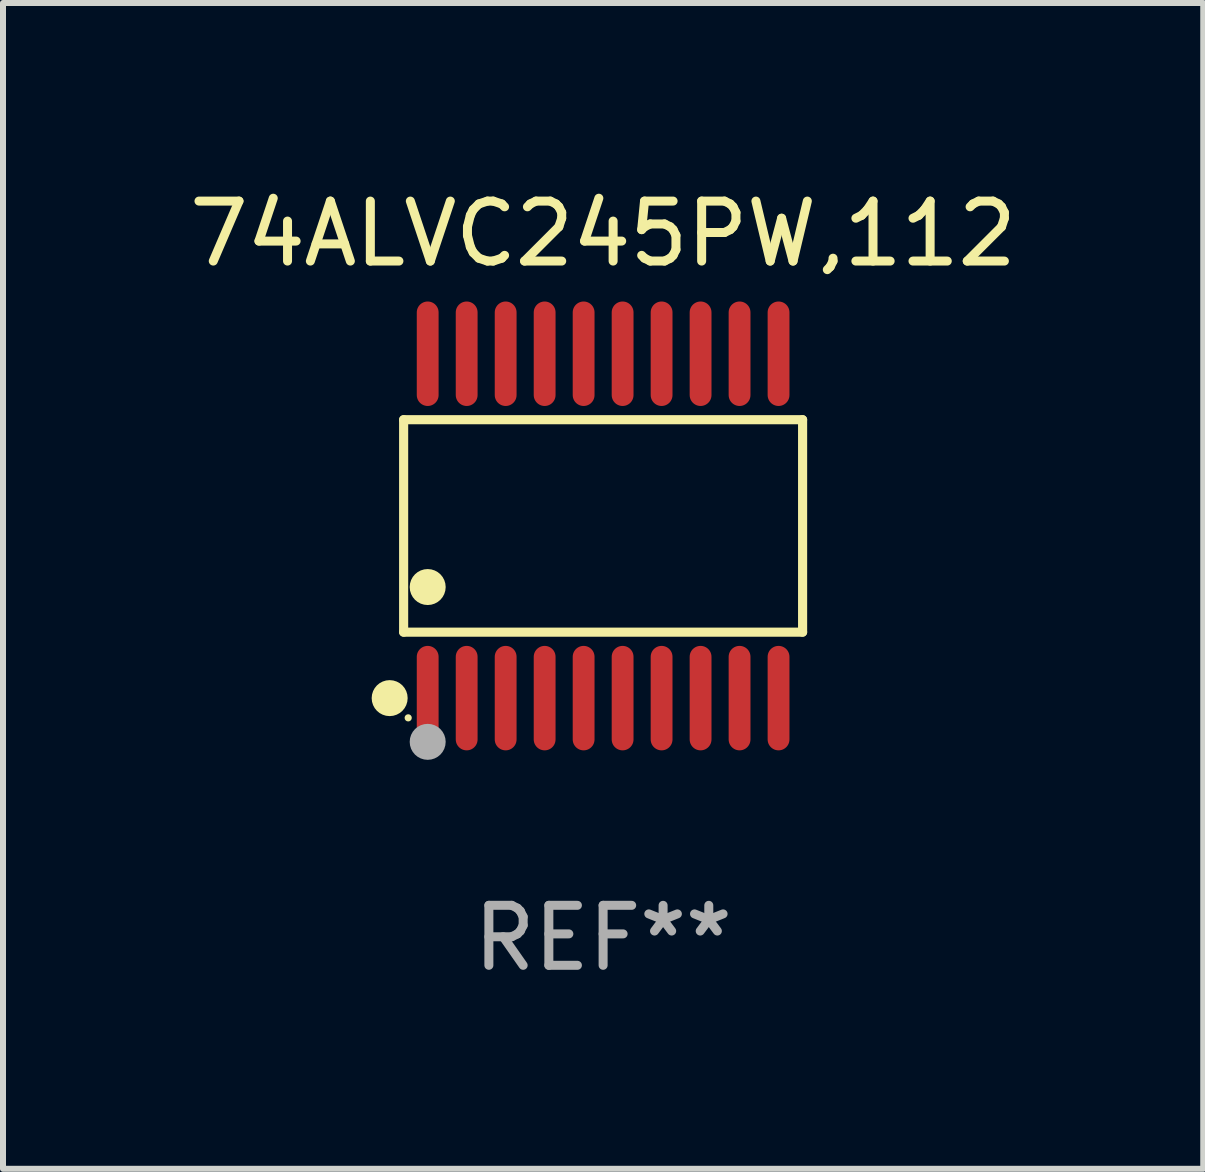
<source format=kicad_pcb>
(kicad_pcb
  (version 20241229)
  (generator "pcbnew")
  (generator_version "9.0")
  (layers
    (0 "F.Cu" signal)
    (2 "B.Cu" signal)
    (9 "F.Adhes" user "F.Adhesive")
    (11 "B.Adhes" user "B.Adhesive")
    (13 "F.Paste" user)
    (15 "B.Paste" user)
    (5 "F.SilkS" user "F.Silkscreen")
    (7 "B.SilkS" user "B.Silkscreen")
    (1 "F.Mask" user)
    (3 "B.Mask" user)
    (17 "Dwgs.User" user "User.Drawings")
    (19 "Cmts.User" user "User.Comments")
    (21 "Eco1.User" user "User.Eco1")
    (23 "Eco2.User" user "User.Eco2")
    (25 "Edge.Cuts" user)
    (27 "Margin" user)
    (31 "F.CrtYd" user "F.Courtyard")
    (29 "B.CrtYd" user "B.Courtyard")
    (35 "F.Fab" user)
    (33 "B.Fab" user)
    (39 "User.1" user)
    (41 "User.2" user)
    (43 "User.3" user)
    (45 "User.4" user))
  (footprint "74ALVC245PW,112"
    (layer "F.Cu")
    (at 7.006 5.719)
    (property "Reference" "74ALVC245PW,112" (at 0 -4.871 0) (layer "F.SilkS") (effects (font (size 1 1) (thickness 0.15))))
    (attr through_hole)
    (fp_line (start -3.326 -1.771) (end 3.326 -1.771) (stroke (width 0.152) (type solid)) (layer "F.SilkS"))
    (fp_line (start -3.326 1.771) (end -3.326 -1.771) (stroke (width 0.152) (type solid)) (layer "F.SilkS"))
    (fp_line (start 3.326 -1.771) (end 3.326 1.771) (stroke (width 0.152) (type solid)) (layer "F.SilkS"))
    (fp_line (start 3.326 1.771) (end -3.326 1.771) (stroke (width 0.152) (type solid)) (layer "F.SilkS"))
    (fp_circle (center -3.559 2.871) (end -3.409 2.871) (stroke (width 0.3) (type solid)) (fill no) (layer "F.SilkS"))
    (fp_circle (center -3.25 3.2) (end -3.22 3.2) (stroke (width 0.06) (type solid)) (fill no) (layer "F.SilkS"))
    (fp_circle (center -2.925 1.019) (end -2.775 1.019) (stroke (width 0.3) (type solid)) (fill no) (layer "F.SilkS"))
    (fp_circle (center -2.925 3.6) (end -2.775 3.6) (stroke (width 0.3) (type solid)) (fill no) (layer "F.Fab"))
    (fp_text user "REF**" (at 0 6.871 0) (layer "F.Fab") (effects (font (size 1 1) (thickness 0.15))))
    (pad "1" smd oval (at -2.925 2.871) (size 0.364 1.742) (layers "F.Cu" "F.Mask" "F.Paste"))
    (pad "2" smd oval (at -2.275 2.871) (size 0.364 1.742) (layers "F.Cu" "F.Mask" "F.Paste"))
    (pad "3" smd oval (at -1.625 2.871) (size 0.364 1.742) (layers "F.Cu" "F.Mask" "F.Paste"))
    (pad "4" smd oval (at -0.975 2.871) (size 0.364 1.742) (layers "F.Cu" "F.Mask" "F.Paste"))
    (pad "5" smd oval (at -0.325 2.871) (size 0.364 1.742) (layers "F.Cu" "F.Mask" "F.Paste"))
    (pad "6" smd oval (at 0.325 2.871) (size 0.364 1.742) (layers "F.Cu" "F.Mask" "F.Paste"))
    (pad "7" smd oval (at 0.975 2.871) (size 0.364 1.742) (layers "F.Cu" "F.Mask" "F.Paste"))
    (pad "8" smd oval (at 1.625 2.871) (size 0.364 1.742) (layers "F.Cu" "F.Mask" "F.Paste"))
    (pad "9" smd oval (at 2.275 2.871) (size 0.364 1.742) (layers "F.Cu" "F.Mask" "F.Paste"))
    (pad "10" smd oval (at 2.925 2.871) (size 0.364 1.742) (layers "F.Cu" "F.Mask" "F.Paste"))
    (pad "11" smd oval (at 2.925 -2.871) (size 0.364 1.742) (layers "F.Cu" "F.Mask" "F.Paste"))
    (pad "12" smd oval (at 2.275 -2.871) (size 0.364 1.742) (layers "F.Cu" "F.Mask" "F.Paste"))
    (pad "13" smd oval (at 1.625 -2.871) (size 0.364 1.742) (layers "F.Cu" "F.Mask" "F.Paste"))
    (pad "14" smd oval (at 0.975 -2.871) (size 0.364 1.742) (layers "F.Cu" "F.Mask" "F.Paste"))
    (pad "15" smd oval (at 0.325 -2.871) (size 0.364 1.742) (layers "F.Cu" "F.Mask" "F.Paste"))
    (pad "16" smd oval (at -0.325 -2.871) (size 0.364 1.742) (layers "F.Cu" "F.Mask" "F.Paste"))
    (pad "17" smd oval (at -0.975 -2.871) (size 0.364 1.742) (layers "F.Cu" "F.Mask" "F.Paste"))
    (pad "18" smd oval (at -1.625 -2.871) (size 0.364 1.742) (layers "F.Cu" "F.Mask" "F.Paste"))
    (pad "19" smd oval (at -2.275 -2.871) (size 0.364 1.742) (layers "F.Cu" "F.Mask" "F.Paste"))
    (pad "20" smd oval (at -2.925 -2.871) (size 0.364 1.742) (layers "F.Cu" "F.Mask" "F.Paste")))
  (gr_rect
    (start -3 -3)
    (end 17.012 16.438)
    (stroke (width 0.1) (type default))
    (fill no)
    (layer "Edge.Cuts")))
</source>
